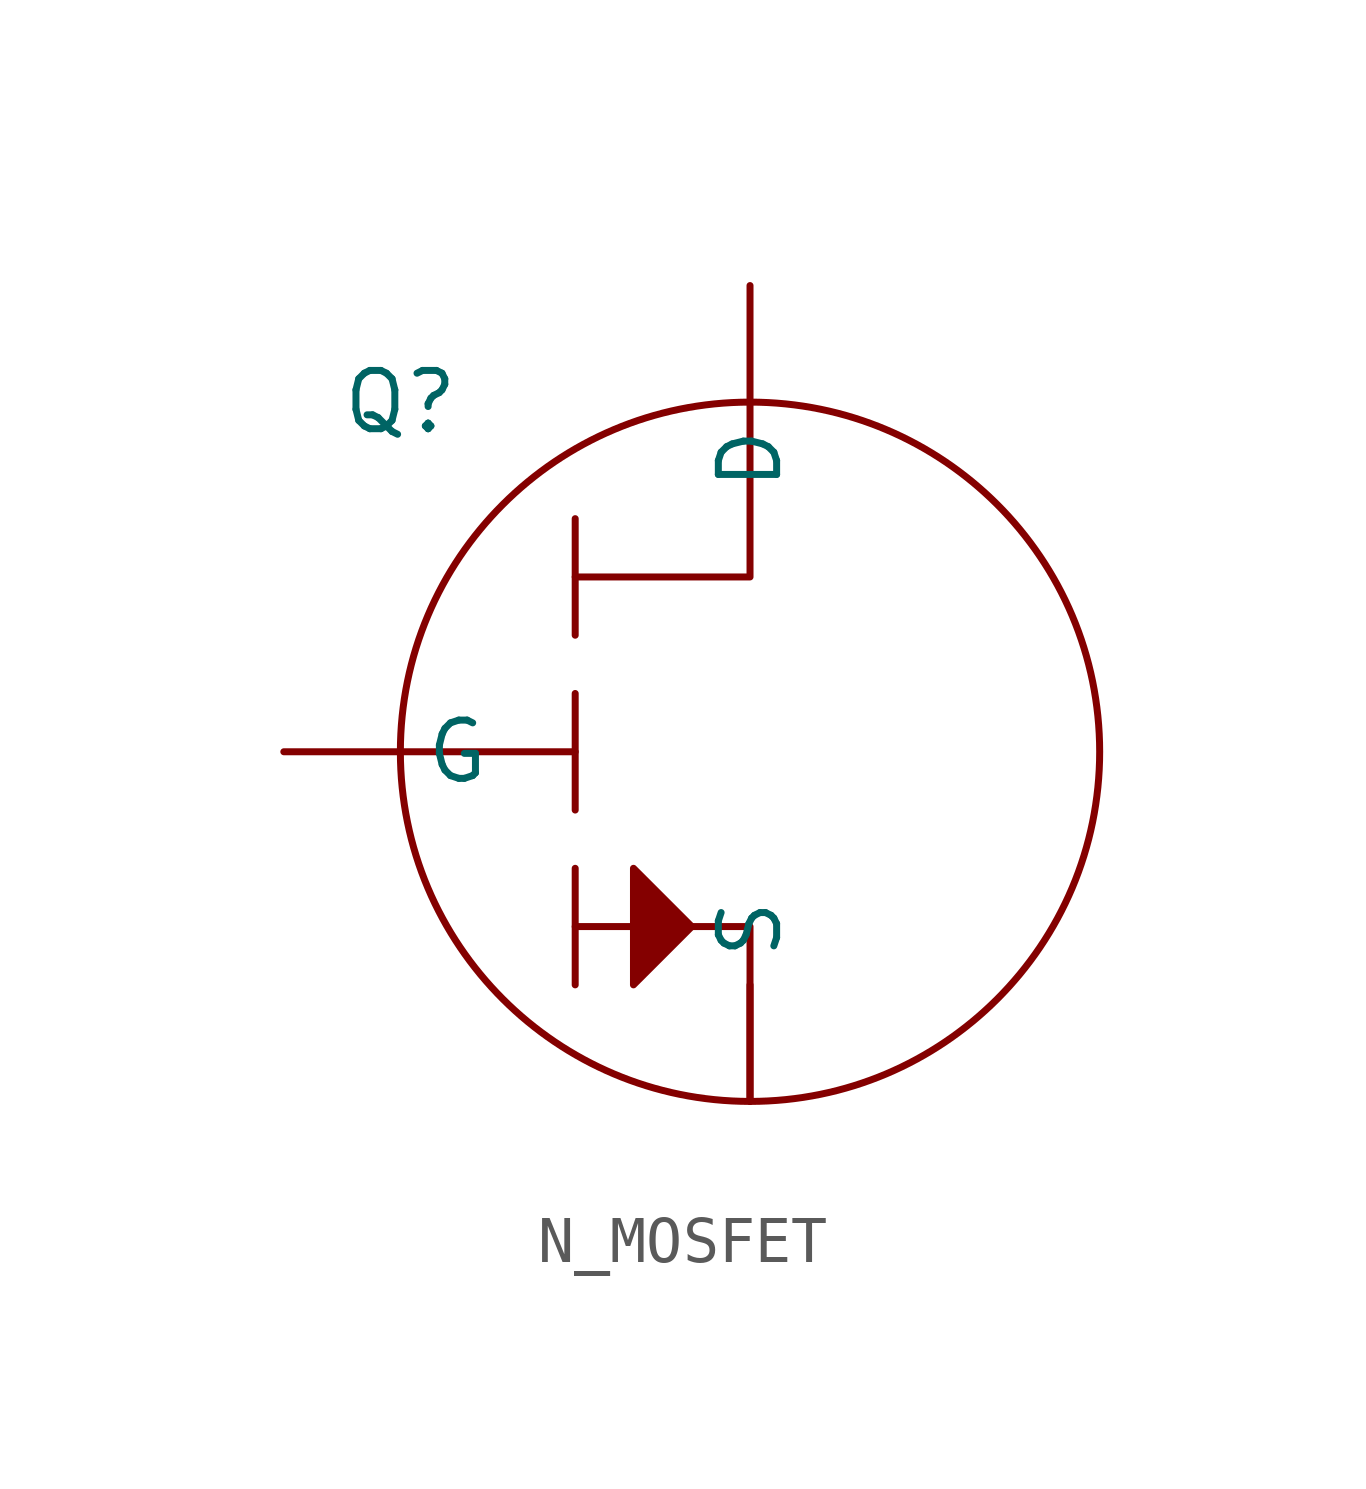
<source format=kicad_sym>
(kicad_symbol_lib
  (version 20220914)
  (generator kicad_symbol_editor)
  (symbol "N_MOSFET"
    (property "Reference" "Q"
      (at 0 0 0)
      (effects (font (size 1.27 1.27))))
    (property "Value" ""
      (at 2.54 0 0)
      (effects (font (size 1.27 1.27))))
    (symbol "N_MOSFET_0_1"
      (polyline (pts (xy 3.81 -10.16) (xy 3.81 -12.7)) (stroke (width 0) (type default)) (fill (type none)))
      (polyline (pts (xy 3.81 -7.62) (xy 0 -7.62)) (stroke (width 0) (type default)) (fill (type none)))
      (polyline (pts (xy 3.81 -6.35) (xy 3.81 -8.89)) (stroke (width 0) (type default)) (fill (type none)))
      (polyline (pts (xy 3.81 -2.54) (xy 3.81 -5.08)) (stroke (width 0) (type default)) (fill (type none)))
      (polyline (pts (xy 3.81 -11.43) (xy 7.62 -11.43) (xy 7.62 -15.24)) (stroke (width 0) (type default)) (fill (type none)))
      (polyline (pts (xy 3.81 -3.81) (xy 7.62 -3.81) (xy 7.62 0)) (stroke (width 0) (type default)) (fill (type none)))
      (circle (center 7.62 -7.62) (radius 7.62) (stroke (width 0) (type default)) (fill (type none))))
    (symbol "N_MOSFET_1_1"
      (polyline (pts (xy 6.35 -11.43) (xy 5.08 -10.16) (xy 5.08 -12.7) (xy 6.35 -11.43)) (stroke (width 0) (type default)) (fill (type outline)))
      (pin power_in line (at 7.62 2.54 270) (length 2.54) (name "D" (effects (font (size 1.27 1.27)))) (number "" (effects (font (size 1.27 1.27)))))
      (pin input line (at -2.54 -7.62 0) (length 2.54) (name "G" (effects (font (size 1.27 1.27)))) (number "" (effects (font (size 1.27 1.27)))))
      (pin power_out line (at 7.62 -15.24 90) (length 2.54) (name "S" (effects (font (size 1.27 1.27)))) (number "" (effects (font (size 1.27 1.27))))))))
</source>
